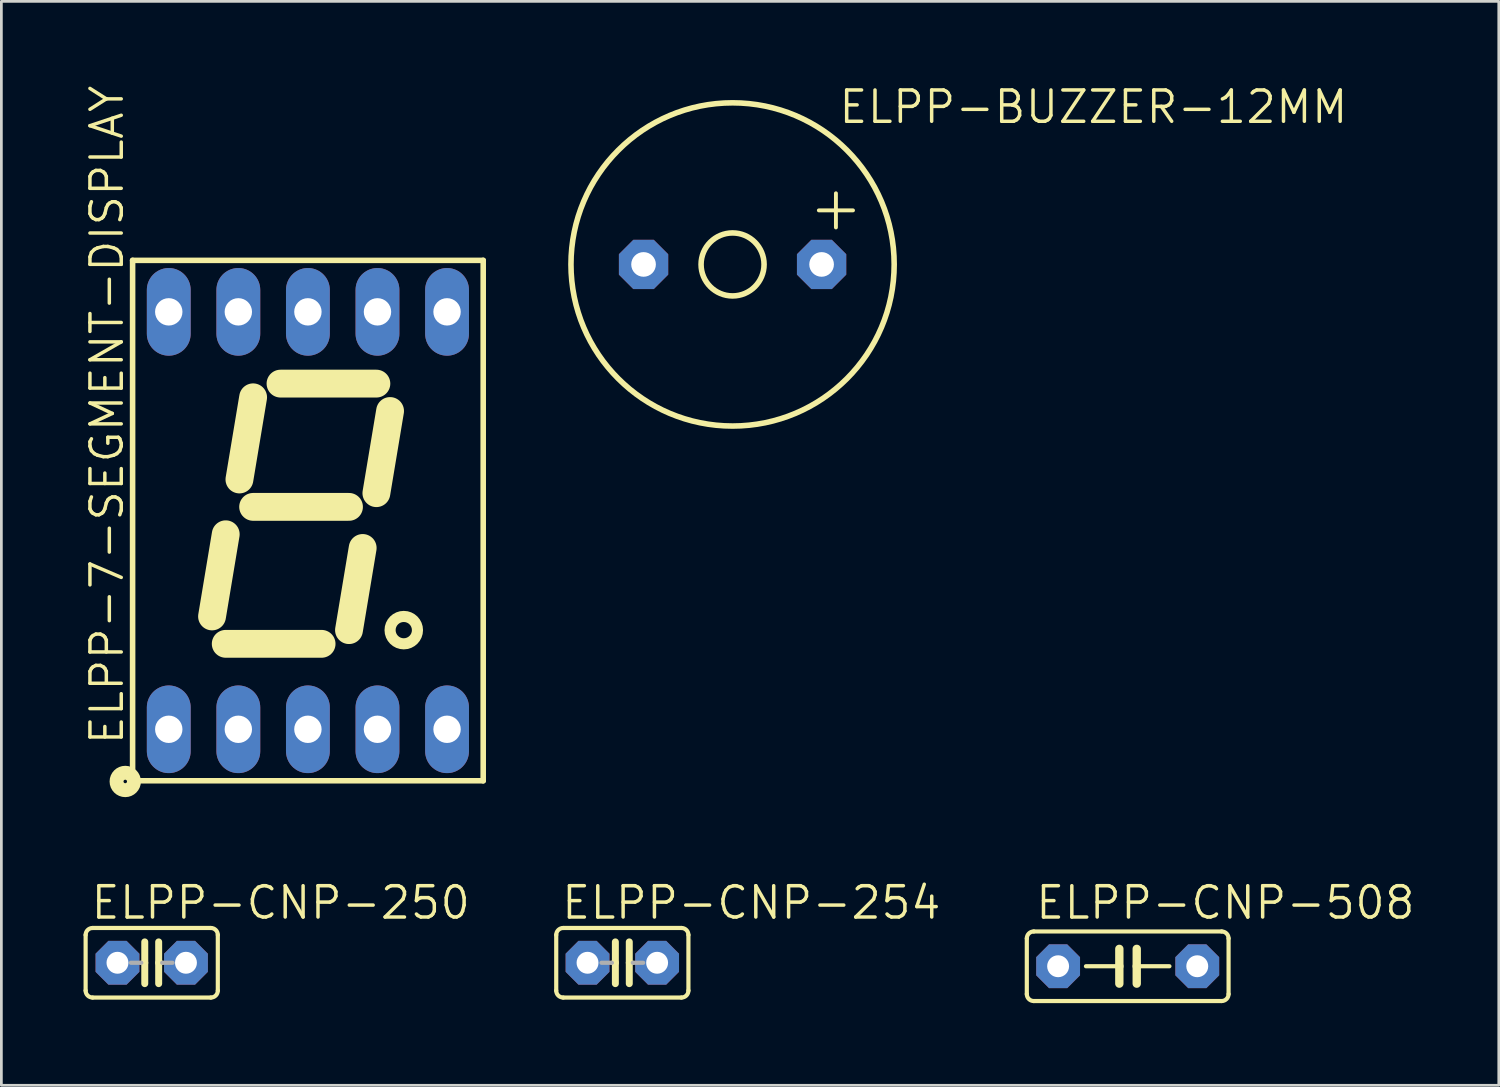
<source format=kicad_pcb>
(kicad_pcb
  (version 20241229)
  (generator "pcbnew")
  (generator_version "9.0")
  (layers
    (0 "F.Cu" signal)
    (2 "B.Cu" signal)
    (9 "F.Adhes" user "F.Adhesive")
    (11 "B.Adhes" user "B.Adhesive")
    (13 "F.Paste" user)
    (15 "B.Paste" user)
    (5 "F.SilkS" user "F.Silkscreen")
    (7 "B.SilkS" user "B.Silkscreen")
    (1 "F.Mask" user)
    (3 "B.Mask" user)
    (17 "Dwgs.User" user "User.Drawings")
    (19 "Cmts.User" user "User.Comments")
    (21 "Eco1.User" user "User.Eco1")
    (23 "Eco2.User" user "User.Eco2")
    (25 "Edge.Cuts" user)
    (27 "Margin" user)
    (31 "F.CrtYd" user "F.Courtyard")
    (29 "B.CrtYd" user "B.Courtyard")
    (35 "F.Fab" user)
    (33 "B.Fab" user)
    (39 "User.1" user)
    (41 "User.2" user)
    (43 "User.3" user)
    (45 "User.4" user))
  (footprint "ELPP-BUZZER-12MM"
    (layer "F.Cu")
    (at 23.695 6.604)
    (property "Reference" "ELPP-BUZZER-12MM" (at 3.81 -5.08 0) (unlocked yes) (layer "F.SilkS") (effects (font (size 1.143 1.143) (thickness 0.127)) (justify left bottom)))
    (fp_circle (center 0 0) (end 1.15 0) (stroke (width 0.203) (type solid)) (fill no) (layer "F.SilkS"))
    (fp_circle (center 0 0) (end 5.9 0) (stroke (width 0.203) (type solid)) (fill no) (layer "F.SilkS"))
    (fp_text user "+" (at 2.667 -1.143 0) (layer "F.SilkS") (effects (font (size 1.636 1.636) (thickness 0.142)) (justify left bottom)))
    (pad "+" thru_hole roundrect (at 3.25 0) (size 1.8 1.8) (drill 0.9) (layers "*.Cu" "*.Mask") (roundrect_rratio 0.25) (chamfer_ratio 0.293) (chamfer top_left top_right bottom_left bottom_right))
    (pad "-" thru_hole roundrect (at -3.25 0) (size 1.8 1.8) (drill 0.9) (layers "*.Cu" "*.Mask") (roundrect_rratio 0.25) (chamfer_ratio 0.293) (chamfer top_left top_right bottom_left bottom_right)))
  (footprint "ELPP-CNP-250"
    (layer "F.Cu")
    (at 2.489 32.099)
    (property "Reference" "ELPP-CNP-250" (at -2.286 -1.524 0) (unlocked yes) (layer "F.SilkS") (effects (font (size 1.143 1.143) (thickness 0.127)) (justify left bottom)))
    (fp_line (start -2.413 -1.016) (end -2.413 1.016) (stroke (width 0.152) (type solid)) (layer "F.SilkS"))
    (fp_line (start -2.159 -1.27) (end 2.159 -1.27) (stroke (width 0.152) (type solid)) (layer "F.SilkS"))
    (fp_line (start -0.254 -0.762) (end -0.254 0) (stroke (width 0.254) (type solid)) (layer "F.SilkS"))
    (fp_line (start -0.254 0) (end -0.381 0) (stroke (width 0.152) (type solid)) (layer "F.SilkS"))
    (fp_line (start -0.254 0) (end -0.254 0.762) (stroke (width 0.254) (type solid)) (layer "F.SilkS"))
    (fp_line (start 0.254 0) (end 0.254 -0.762) (stroke (width 0.254) (type solid)) (layer "F.SilkS"))
    (fp_line (start 0.254 0) (end 0.254 0.762) (stroke (width 0.254) (type solid)) (layer "F.SilkS"))
    (fp_line (start 0.381 0) (end 0.254 0) (stroke (width 0.152) (type solid)) (layer "F.SilkS"))
    (fp_line (start 2.159 1.27) (end -2.159 1.27) (stroke (width 0.152) (type solid)) (layer "F.SilkS"))
    (fp_line (start 2.413 -1.016) (end 2.413 1.016) (stroke (width 0.152) (type solid)) (layer "F.SilkS"))
    (fp_arc (start -2.413 -1.016) (mid -2.338605 -1.195605) (end -2.159 -1.27) (stroke (width 0.1524) (type solid)) (layer "F.SilkS"))
    (fp_arc (start -2.159 1.27) (mid -2.338605 1.195605) (end -2.413 1.016) (stroke (width 0.1524) (type solid)) (layer "F.SilkS"))
    (fp_arc (start 2.159 -1.27) (mid 2.338605 -1.195605) (end 2.413 -1.016) (stroke (width 0.1524) (type solid)) (layer "F.SilkS"))
    (fp_arc (start 2.413 1.016) (mid 2.338605 1.195605) (end 2.159 1.27) (stroke (width 0.1524) (type solid)) (layer "F.SilkS"))
    (fp_line (start -0.381 0) (end -0.762 0) (stroke (width 0.152) (type solid)) (layer "F.Fab"))
    (fp_line (start 0.762 0) (end 0.381 0) (stroke (width 0.152) (type solid)) (layer "F.Fab"))
    (pad "1" thru_hole roundrect (at -1.25 0) (size 1.6 1.6) (drill 0.8) (layers "*.Cu" "*.Mask") (roundrect_rratio 0.25) (chamfer_ratio 0.293) (chamfer top_left top_right bottom_left bottom_right))
    (pad "2" thru_hole roundrect (at 1.25 0) (size 1.6 1.6) (drill 0.8) (layers "*.Cu" "*.Mask") (roundrect_rratio 0.25) (chamfer_ratio 0.293) (chamfer top_left top_right bottom_left bottom_right)))
  (footprint "ELPP-CNP-254"
    (layer "F.Cu")
    (at 19.67 32.099)
    (property "Reference" "ELPP-CNP-254" (at -2.286 -1.524 0) (unlocked yes) (layer "F.SilkS") (effects (font (size 1.143 1.143) (thickness 0.127)) (justify left bottom)))
    (fp_line (start -2.413 -1.016) (end -2.413 1.016) (stroke (width 0.152) (type solid)) (layer "F.SilkS"))
    (fp_line (start -2.159 -1.27) (end 2.159 -1.27) (stroke (width 0.152) (type solid)) (layer "F.SilkS"))
    (fp_line (start -0.254 -0.762) (end -0.254 0) (stroke (width 0.254) (type solid)) (layer "F.SilkS"))
    (fp_line (start -0.254 0) (end -0.381 0) (stroke (width 0.152) (type solid)) (layer "F.SilkS"))
    (fp_line (start -0.254 0) (end -0.254 0.762) (stroke (width 0.254) (type solid)) (layer "F.SilkS"))
    (fp_line (start 0.254 0) (end 0.254 -0.762) (stroke (width 0.254) (type solid)) (layer "F.SilkS"))
    (fp_line (start 0.254 0) (end 0.254 0.762) (stroke (width 0.254) (type solid)) (layer "F.SilkS"))
    (fp_line (start 0.381 0) (end 0.254 0) (stroke (width 0.152) (type solid)) (layer "F.SilkS"))
    (fp_line (start 2.159 1.27) (end -2.159 1.27) (stroke (width 0.152) (type solid)) (layer "F.SilkS"))
    (fp_line (start 2.413 -1.016) (end 2.413 1.016) (stroke (width 0.152) (type solid)) (layer "F.SilkS"))
    (fp_arc (start -2.413 -1.016) (mid -2.338605 -1.195605) (end -2.159 -1.27) (stroke (width 0.1524) (type solid)) (layer "F.SilkS"))
    (fp_arc (start -2.159 1.27) (mid -2.338605 1.195605) (end -2.413 1.016) (stroke (width 0.1524) (type solid)) (layer "F.SilkS"))
    (fp_arc (start 2.159 -1.27) (mid 2.338605 -1.195605) (end 2.413 -1.016) (stroke (width 0.1524) (type solid)) (layer "F.SilkS"))
    (fp_arc (start 2.413 1.016) (mid 2.338605 1.195605) (end 2.159 1.27) (stroke (width 0.1524) (type solid)) (layer "F.SilkS"))
    (fp_line (start -0.381 0) (end -0.762 0) (stroke (width 0.152) (type solid)) (layer "F.Fab"))
    (fp_line (start 0.762 0) (end 0.381 0) (stroke (width 0.152) (type solid)) (layer "F.Fab"))
    (pad "1" thru_hole roundrect (at -1.27 0) (size 1.6 1.6) (drill 0.8) (layers "*.Cu" "*.Mask") (roundrect_rratio 0.25) (chamfer_ratio 0.293) (chamfer top_left top_right bottom_left bottom_right))
    (pad "2" thru_hole roundrect (at 1.27 0) (size 1.6 1.6) (drill 0.8) (layers "*.Cu" "*.Mask") (roundrect_rratio 0.25) (chamfer_ratio 0.293) (chamfer top_left top_right bottom_left bottom_right)))
  (footprint "ELPP-7-SEGMENT-DISPLAY"
    (layer "F.Cu")
    (at 8.191 15.955)
    (property "Reference" "ELPP-7-SEGMENT-DISPLAY" (at -6.668 8.255 90) (unlocked yes) (layer "F.SilkS") (effects (font (size 1.143 1.143) (thickness 0.127)) (justify left bottom)))
    (fp_line (start -6.4 -9.5) (end -6.4 9.5) (stroke (width 0.203) (type solid)) (layer "F.SilkS"))
    (fp_line (start -6.4 9.5) (end 6.4 9.5) (stroke (width 0.203) (type solid)) (layer "F.SilkS"))
    (fp_line (start -3.5 3.5) (end -3 0.5) (stroke (width 1.016) (type solid)) (layer "F.SilkS"))
    (fp_line (start -3 4.5) (end 0.5 4.5) (stroke (width 1.016) (type solid)) (layer "F.SilkS"))
    (fp_line (start -2.5 -1.5) (end -2 -4.5) (stroke (width 1.016) (type solid)) (layer "F.SilkS"))
    (fp_line (start -2 -0.5) (end 1.5 -0.5) (stroke (width 1.016) (type solid)) (layer "F.SilkS"))
    (fp_line (start -1 -5) (end 2.5 -5) (stroke (width 1.016) (type solid)) (layer "F.SilkS"))
    (fp_line (start 1.5 4) (end 2 1) (stroke (width 1.016) (type solid)) (layer "F.SilkS"))
    (fp_line (start 2.5 -1) (end 3 -4) (stroke (width 1.016) (type solid)) (layer "F.SilkS"))
    (fp_line (start 6.4 -9.5) (end -6.4 -9.5) (stroke (width 0.203) (type solid)) (layer "F.SilkS"))
    (fp_line (start 6.4 9.5) (end 6.4 -9.5) (stroke (width 0.203) (type solid)) (layer "F.SilkS"))
    (fp_circle (center -6.668 9.525) (end -6.35 9.525) (stroke (width 0.508) (type solid)) (fill no) (layer "F.SilkS"))
    (fp_circle (center 3.5 4) (end 4 4) (stroke (width 0.406) (type solid)) (fill no) (layer "F.SilkS"))
    (pad "1" thru_hole oval (at -5.08 7.62 90) (size 3.2 1.6) (drill 1) (layers "*.Cu" "*.Mask"))
    (pad "2" thru_hole oval (at -2.54 7.62 90) (size 3.2 1.6) (drill 1) (layers "*.Cu" "*.Mask"))
    (pad "3" thru_hole oval (at 0 7.62 90) (size 3.2 1.6) (drill 1) (layers "*.Cu" "*.Mask"))
    (pad "4" thru_hole oval (at 2.54 7.62 90) (size 3.2 1.6) (drill 1) (layers "*.Cu" "*.Mask"))
    (pad "5" thru_hole oval (at 5.08 7.62 90) (size 3.2 1.6) (drill 1) (layers "*.Cu" "*.Mask"))
    (pad "6" thru_hole oval (at 5.08 -7.62 90) (size 3.2 1.6) (drill 1) (layers "*.Cu" "*.Mask"))
    (pad "7" thru_hole oval (at 2.54 -7.62 90) (size 3.2 1.6) (drill 1) (layers "*.Cu" "*.Mask"))
    (pad "8" thru_hole oval (at 0 -7.62 90) (size 3.2 1.6) (drill 1) (layers "*.Cu" "*.Mask"))
    (pad "9" thru_hole oval (at -2.54 -7.62 90) (size 3.2 1.6) (drill 1) (layers "*.Cu" "*.Mask"))
    (pad "10" thru_hole oval (at -5.08 -7.62 90) (size 3.2 1.6) (drill 1) (layers "*.Cu" "*.Mask")))
  (footprint "ELPP-CNP-508"
    (layer "F.Cu")
    (at 38.12 32.226)
    (property "Reference" "ELPP-CNP-508" (at -3.429 -1.651 0) (unlocked yes) (layer "F.SilkS") (effects (font (size 1.143 1.143) (thickness 0.127)) (justify left bottom)))
    (fp_line (start -3.683 -1.016) (end -3.683 1.016) (stroke (width 0.152) (type solid)) (layer "F.SilkS"))
    (fp_line (start -3.429 1.27) (end 3.429 1.27) (stroke (width 0.152) (type solid)) (layer "F.SilkS"))
    (fp_line (start -0.305 -0.635) (end -0.305 0) (stroke (width 0.305) (type solid)) (layer "F.SilkS"))
    (fp_line (start -0.305 0) (end -1.524 0) (stroke (width 0.152) (type solid)) (layer "F.SilkS"))
    (fp_line (start -0.305 0) (end -0.305 0.635) (stroke (width 0.305) (type solid)) (layer "F.SilkS"))
    (fp_line (start 0.33 -0.635) (end 0.33 0) (stroke (width 0.305) (type solid)) (layer "F.SilkS"))
    (fp_line (start 0.33 0) (end 0.33 0.635) (stroke (width 0.305) (type solid)) (layer "F.SilkS"))
    (fp_line (start 0.33 0) (end 1.524 0) (stroke (width 0.152) (type solid)) (layer "F.SilkS"))
    (fp_line (start 3.429 -1.27) (end -3.429 -1.27) (stroke (width 0.152) (type solid)) (layer "F.SilkS"))
    (fp_line (start 3.683 1.016) (end 3.683 -1.016) (stroke (width 0.152) (type solid)) (layer "F.SilkS"))
    (fp_arc (start -3.683 -1.016) (mid -3.608605 -1.195605) (end -3.429 -1.27) (stroke (width 0.1524) (type solid)) (layer "F.SilkS"))
    (fp_arc (start -3.429 1.27) (mid -3.608605 1.195605) (end -3.683 1.016) (stroke (width 0.1524) (type solid)) (layer "F.SilkS"))
    (fp_arc (start 3.429 -1.27) (mid 3.608605 -1.195605) (end 3.683 -1.016) (stroke (width 0.1524) (type solid)) (layer "F.SilkS"))
    (fp_arc (start 3.683 1.016) (mid 3.608605 1.195605) (end 3.429 1.27) (stroke (width 0.1524) (type solid)) (layer "F.SilkS"))
    (pad "1" thru_hole roundrect (at -2.54 0) (size 1.6 1.6) (drill 0.8) (layers "*.Cu" "*.Mask") (roundrect_rratio 0.25) (chamfer_ratio 0.293) (chamfer top_left top_right bottom_left bottom_right))
    (pad "2" thru_hole roundrect (at 2.54 0) (size 1.6 1.6) (drill 0.8) (layers "*.Cu" "*.Mask") (roundrect_rratio 0.25) (chamfer_ratio 0.293) (chamfer top_left top_right bottom_left bottom_right)))
  (gr_rect
    (start -3 -3)
    (end 51.668 36.573)
    (stroke (width 0.1) (type default))
    (fill no)
    (layer "Edge.Cuts")))
</source>
